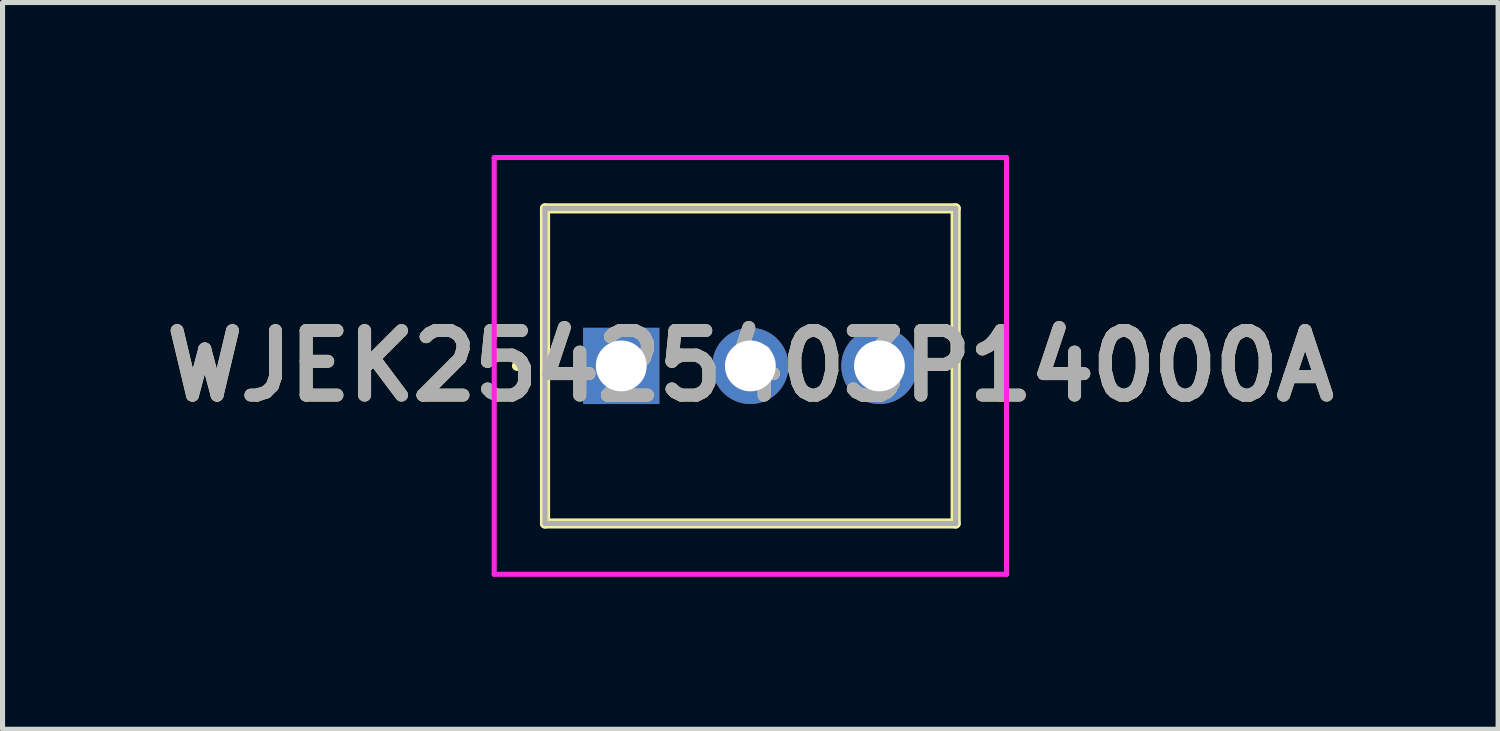
<source format=kicad_pcb>
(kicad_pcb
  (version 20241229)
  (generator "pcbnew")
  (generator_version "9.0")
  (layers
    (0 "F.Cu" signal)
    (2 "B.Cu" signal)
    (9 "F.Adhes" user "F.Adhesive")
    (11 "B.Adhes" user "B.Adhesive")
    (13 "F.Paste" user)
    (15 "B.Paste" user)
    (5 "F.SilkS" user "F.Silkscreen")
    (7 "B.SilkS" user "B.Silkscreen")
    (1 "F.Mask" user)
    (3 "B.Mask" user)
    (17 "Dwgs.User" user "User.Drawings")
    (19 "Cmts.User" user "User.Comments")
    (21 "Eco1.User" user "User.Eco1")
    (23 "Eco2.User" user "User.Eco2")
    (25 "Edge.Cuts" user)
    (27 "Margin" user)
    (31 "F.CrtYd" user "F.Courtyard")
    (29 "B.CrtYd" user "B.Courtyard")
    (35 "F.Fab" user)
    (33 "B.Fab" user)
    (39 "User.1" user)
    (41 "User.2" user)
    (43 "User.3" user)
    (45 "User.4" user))
  (footprint "WJEK25425403P14000A"
    (layer "F.Cu")
    (at 9.174 4.15)
    (property "Reference" "WJEK25425403P14000A" (at 2.54 0 0) (layer "F.SilkS") (effects (font (size 1.27 1.27) (thickness 0.254))))
    (attr through_hole)
    (fp_line (start -2.1 0) (end -2.1 0) (stroke (width 0.1) (type solid)) (layer "F.SilkS"))
    (fp_line (start -2 0) (end -2 0) (stroke (width 0.1) (type solid)) (layer "F.SilkS"))
    (fp_line (start -1.5 -3.1) (end 6.58 -3.1) (stroke (width 0.2) (type solid)) (layer "F.SilkS"))
    (fp_line (start -1.5 3.1) (end -1.5 -3.1) (stroke (width 0.2) (type solid)) (layer "F.SilkS"))
    (fp_line (start 6.58 -3.1) (end 6.58 3.1) (stroke (width 0.2) (type solid)) (layer "F.SilkS"))
    (fp_line (start 6.58 3.1) (end -1.5 3.1) (stroke (width 0.2) (type solid)) (layer "F.SilkS"))
    (fp_arc (start -2.1 0) (mid -2.05 -0.05) (end -2 0) (stroke (width 0.1) (type solid)) (layer "F.SilkS"))
    (fp_arc (start -2 0) (mid -2.05 0.05) (end -2.1 0) (stroke (width 0.1) (type solid)) (layer "F.SilkS"))
    (fp_line (start -2.5 -4.1) (end 7.58 -4.1) (stroke (width 0.1) (type solid)) (layer "F.CrtYd"))
    (fp_line (start -2.5 4.1) (end -2.5 -4.1) (stroke (width 0.1) (type solid)) (layer "F.CrtYd"))
    (fp_line (start 7.58 -4.1) (end 7.58 4.1) (stroke (width 0.1) (type solid)) (layer "F.CrtYd"))
    (fp_line (start 7.58 4.1) (end -2.5 4.1) (stroke (width 0.1) (type solid)) (layer "F.CrtYd"))
    (fp_line (start -1.5 -3.1) (end 6.58 -3.1) (stroke (width 0.1) (type solid)) (layer "F.Fab"))
    (fp_line (start -1.5 3.1) (end -1.5 -3.1) (stroke (width 0.1) (type solid)) (layer "F.Fab"))
    (fp_line (start 6.58 -3.1) (end 6.58 3.1) (stroke (width 0.1) (type solid)) (layer "F.Fab"))
    (fp_line (start 6.58 3.1) (end -1.5 3.1) (stroke (width 0.1) (type solid)) (layer "F.Fab"))
    (fp_text user "${REFERENCE}" (at 2.54 0 0) (layer "F.Fab") (effects (font (size 1.27 1.27) (thickness 0.254))))
    (pad "1" thru_hole rect (at 0 0) (size 1.5 1.5) (drill 1) (layers "*.Cu" "*.Mask"))
    (pad "2" thru_hole circle (at 2.54 0) (size 1.5 1.5) (drill 1) (layers "*.Cu" "*.Mask"))
    (pad "3" thru_hole circle (at 5.08 0) (size 1.5 1.5) (drill 1) (layers "*.Cu" "*.Mask")))
  (gr_rect
    (start -3 -3)
    (end 26.428 11.3)
    (stroke (width 0.1) (type default))
    (fill no)
    (layer "Edge.Cuts")))
</source>
